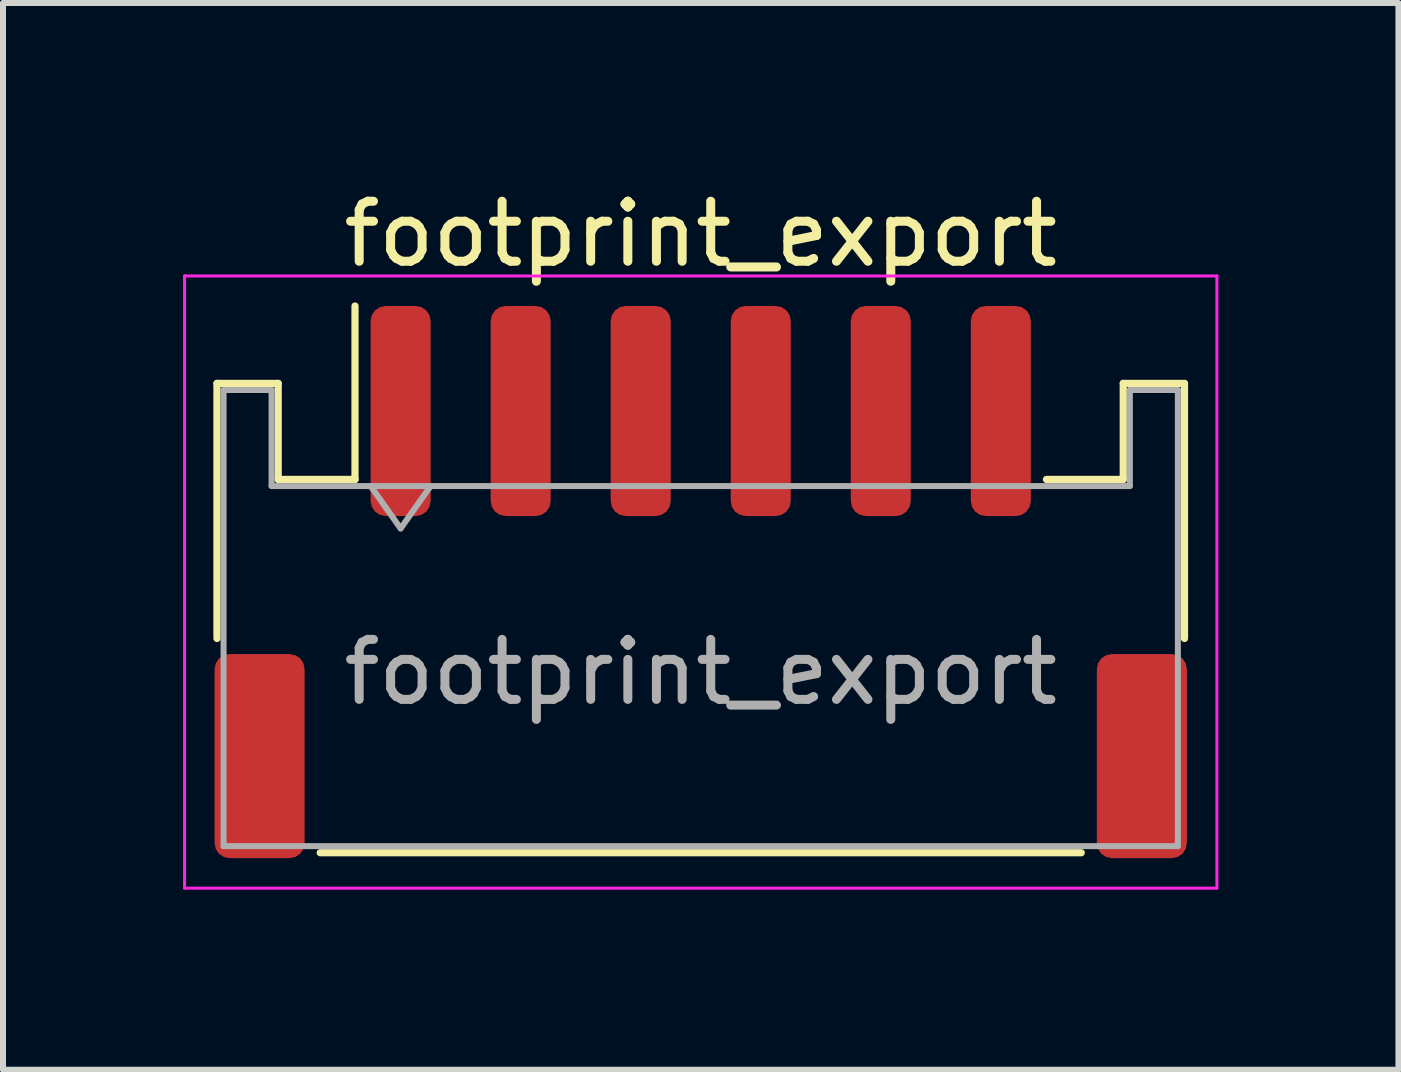
<source format=kicad_pcb>
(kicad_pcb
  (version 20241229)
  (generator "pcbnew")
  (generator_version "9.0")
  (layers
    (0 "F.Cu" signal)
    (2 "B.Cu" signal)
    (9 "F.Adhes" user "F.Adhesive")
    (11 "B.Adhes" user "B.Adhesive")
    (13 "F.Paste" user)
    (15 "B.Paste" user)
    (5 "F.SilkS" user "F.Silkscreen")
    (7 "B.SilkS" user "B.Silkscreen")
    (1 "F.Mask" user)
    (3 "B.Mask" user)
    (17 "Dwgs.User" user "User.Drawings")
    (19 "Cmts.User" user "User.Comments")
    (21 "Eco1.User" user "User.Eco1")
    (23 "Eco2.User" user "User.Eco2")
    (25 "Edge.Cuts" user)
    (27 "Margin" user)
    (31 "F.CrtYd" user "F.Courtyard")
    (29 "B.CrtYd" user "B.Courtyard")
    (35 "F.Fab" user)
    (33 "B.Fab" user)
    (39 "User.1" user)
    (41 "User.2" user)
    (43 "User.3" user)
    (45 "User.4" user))
  (footprint "footprint_export"
    (layer "F.Cu")
    (at 8.625 6.648)
    (property "Reference" "footprint_export" (at 0 -5.8 0) (layer "F.SilkS") (effects (font (size 1 1) (thickness 0.15))))
    (attr smd)
    (fp_line (start -8.06 -3.31) (end -7.04 -3.31) (stroke (width 0.12) (type solid)) (layer "F.SilkS"))
    (fp_line (start -8.06 0.94) (end -8.06 -3.31) (stroke (width 0.12) (type solid)) (layer "F.SilkS"))
    (fp_line (start -7.04 -3.31) (end -7.04 -1.71) (stroke (width 0.12) (type solid)) (layer "F.SilkS"))
    (fp_line (start -7.04 -1.71) (end -5.76 -1.71) (stroke (width 0.12) (type solid)) (layer "F.SilkS"))
    (fp_line (start -6.34 4.51) (end 6.34 4.51) (stroke (width 0.12) (type solid)) (layer "F.SilkS"))
    (fp_line (start -5.76 -1.71) (end -5.76 -4.6) (stroke (width 0.12) (type solid)) (layer "F.SilkS"))
    (fp_line (start 7.04 -3.31) (end 7.04 -1.71) (stroke (width 0.12) (type solid)) (layer "F.SilkS"))
    (fp_line (start 7.04 -1.71) (end 5.76 -1.71) (stroke (width 0.12) (type solid)) (layer "F.SilkS"))
    (fp_line (start 8.06 -3.31) (end 7.04 -3.31) (stroke (width 0.12) (type solid)) (layer "F.SilkS"))
    (fp_line (start 8.06 0.94) (end 8.06 -3.31) (stroke (width 0.12) (type solid)) (layer "F.SilkS"))
    (fp_line (start -8.6 -5.1) (end -8.6 5.1) (stroke (width 0.05) (type solid)) (layer "F.CrtYd"))
    (fp_line (start -8.6 5.1) (end 8.6 5.1) (stroke (width 0.05) (type solid)) (layer "F.CrtYd"))
    (fp_line (start 8.6 -5.1) (end -8.6 -5.1) (stroke (width 0.05) (type solid)) (layer "F.CrtYd"))
    (fp_line (start 8.6 5.1) (end 8.6 -5.1) (stroke (width 0.05) (type solid)) (layer "F.CrtYd"))
    (fp_line (start -7.95 -3.2) (end -7.95 4.4) (stroke (width 0.1) (type solid)) (layer "F.Fab"))
    (fp_line (start -7.95 -3.2) (end -7.15 -3.2) (stroke (width 0.1) (type solid)) (layer "F.Fab"))
    (fp_line (start -7.95 4.4) (end 7.95 4.4) (stroke (width 0.1) (type solid)) (layer "F.Fab"))
    (fp_line (start -7.15 -3.2) (end -7.15 -1.6) (stroke (width 0.1) (type solid)) (layer "F.Fab"))
    (fp_line (start -7.15 -1.6) (end 7.15 -1.6) (stroke (width 0.1) (type solid)) (layer "F.Fab"))
    (fp_line (start -5.5 -1.6) (end -5 -0.893) (stroke (width 0.1) (type solid)) (layer "F.Fab"))
    (fp_line (start -5 -0.893) (end -4.5 -1.6) (stroke (width 0.1) (type solid)) (layer "F.Fab"))
    (fp_line (start 7.15 -3.2) (end 7.95 -3.2) (stroke (width 0.1) (type solid)) (layer "F.Fab"))
    (fp_line (start 7.15 -1.6) (end 7.15 -3.2) (stroke (width 0.1) (type solid)) (layer "F.Fab"))
    (fp_line (start 7.95 -3.2) (end 7.95 4.4) (stroke (width 0.1) (type solid)) (layer "F.Fab"))
    (fp_text user "${REFERENCE}" (at 0 1.5 0) (layer "F.Fab") (effects (font (size 1 1) (thickness 0.15))))
    (pad "1" smd roundrect (at -5 -2.85) (size 1 3.5) (layers "F.Cu" "F.Mask" "F.Paste") (roundrect_rratio 0.25))
    (pad "2" smd roundrect (at -3 -2.85) (size 1 3.5) (layers "F.Cu" "F.Mask" "F.Paste") (roundrect_rratio 0.25))
    (pad "3" smd roundrect (at -1 -2.85) (size 1 3.5) (layers "F.Cu" "F.Mask" "F.Paste") (roundrect_rratio 0.25))
    (pad "4" smd roundrect (at 1 -2.85) (size 1 3.5) (layers "F.Cu" "F.Mask" "F.Paste") (roundrect_rratio 0.25))
    (pad "5" smd roundrect (at 3 -2.85) (size 1 3.5) (layers "F.Cu" "F.Mask" "F.Paste") (roundrect_rratio 0.25))
    (pad "6" smd roundrect (at 5 -2.85) (size 1 3.5) (layers "F.Cu" "F.Mask" "F.Paste") (roundrect_rratio 0.25))
    (pad "MP" smd roundrect (at -7.35 2.9) (size 1.5 3.4) (layers "F.Cu" "F.Mask" "F.Paste") (roundrect_rratio 0.167))
    (pad "MP" smd roundrect (at 7.35 2.9) (size 1.5 3.4) (layers "F.Cu" "F.Mask" "F.Paste") (roundrect_rratio 0.167)))
  (gr_rect
    (start -3 -3)
    (end 20.25 14.773)
    (stroke (width 0.1) (type default))
    (fill no)
    (layer "Edge.Cuts")))
</source>
